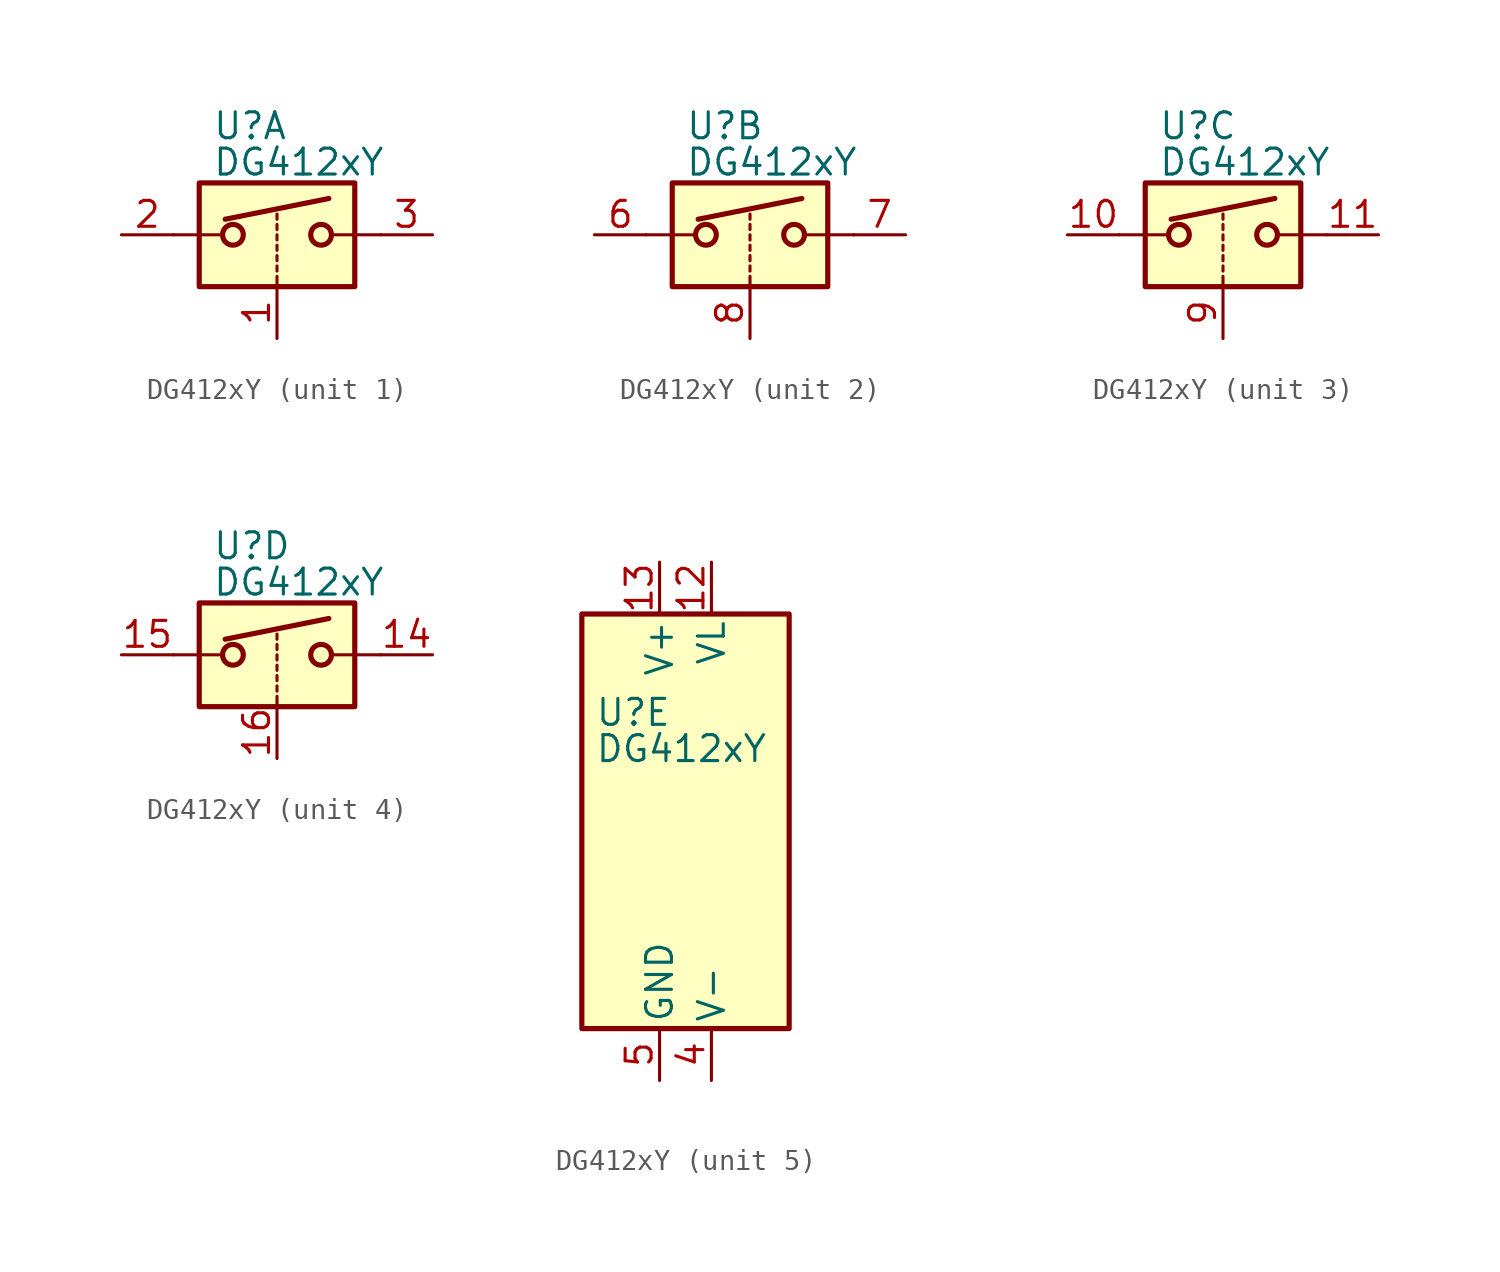
<source format=kicad_sym>
(kicad_symbol_lib
  (version 20211014)
  (generator kicad_symbol_editor)
  (symbol "DG412xY"
    (pin_names
      (offset 0.254))
    (property "Reference" "U"
      (at -3.175 5.334 0)
      (effects (font (size 1.27 1.27)) (justify left)))
    (property "Value" "DG412xY"
      (at -3.175 3.556 0)
      (effects (font (size 1.27 1.27)) (justify left)))
    (symbol "DG412xY_1_1"
      (rectangle (start -3.81 2.54) (end 3.81 -2.54) (stroke (width 0.254) (type default) (color 0 0 0 0)) (fill (type background)))
      (circle (center -2.159 0) (radius 0.508) (stroke (width 0.254) (type default) (color 0 0 0 0)) (fill (type none)))
      (polyline (pts (xy -5.08 0) (xy -2.794 0)) (stroke (width 0) (type default) (color 0 0 0 0)) (fill (type none)))
      (polyline (pts (xy -2.54 0.762) (xy 2.54 1.778)) (stroke (width 0.254) (type default) (color 0 0 0 0)) (fill (type none)))
      (polyline (pts (xy 0 -2.54) (xy 0 -2.032)) (stroke (width 0) (type default) (color 0 0 0 0)) (fill (type none)))
      (polyline (pts (xy 0 -1.778) (xy 0 -1.524)) (stroke (width 0) (type default) (color 0 0 0 0)) (fill (type none)))
      (polyline (pts (xy 0 -1.27) (xy 0 -1.016)) (stroke (width 0) (type default) (color 0 0 0 0)) (fill (type none)))
      (polyline (pts (xy 0 -0.762) (xy 0 -0.508)) (stroke (width 0) (type default) (color 0 0 0 0)) (fill (type none)))
      (polyline (pts (xy 0 -0.254) (xy 0 0)) (stroke (width 0) (type default) (color 0 0 0 0)) (fill (type none)))
      (polyline (pts (xy 0 0.254) (xy 0 0.508)) (stroke (width 0) (type default) (color 0 0 0 0)) (fill (type none)))
      (polyline (pts (xy 0 0.762) (xy 0 1.016)) (stroke (width 0) (type default) (color 0 0 0 0)) (fill (type none)))
      (polyline (pts (xy 5.08 0) (xy 2.794 0)) (stroke (width 0) (type default) (color 0 0 0 0)) (fill (type none)))
      (circle (center 2.159 0) (radius 0.508) (stroke (width 0.254) (type default) (color 0 0 0 0)) (fill (type none)))
      (pin input line (at 0 -5.08 90) (length 2.54) (name "~" (effects (font (size 1.27 1.27)))) (number "1" (effects (font (size 1.27 1.27)))))
      (pin passive line (at -7.62 0 0) (length 2.54) (name "~" (effects (font (size 1.27 1.27)))) (number "2" (effects (font (size 1.27 1.27)))))
      (pin passive line (at 7.62 0 180) (length 2.54) (name "~" (effects (font (size 1.27 1.27)))) (number "3" (effects (font (size 1.27 1.27))))))
    (symbol "DG412xY_2_1"
      (rectangle (start -3.81 2.54) (end 3.81 -2.54) (stroke (width 0.254) (type default) (color 0 0 0 0)) (fill (type background)))
      (circle (center -2.159 0) (radius 0.508) (stroke (width 0.254) (type default) (color 0 0 0 0)) (fill (type none)))
      (polyline (pts (xy -5.08 0) (xy -2.794 0)) (stroke (width 0) (type default) (color 0 0 0 0)) (fill (type none)))
      (polyline (pts (xy -2.54 0.762) (xy 2.54 1.778)) (stroke (width 0.254) (type default) (color 0 0 0 0)) (fill (type none)))
      (polyline (pts (xy 0 -2.54) (xy 0 -2.032)) (stroke (width 0) (type default) (color 0 0 0 0)) (fill (type none)))
      (polyline (pts (xy 0 -1.778) (xy 0 -1.524)) (stroke (width 0) (type default) (color 0 0 0 0)) (fill (type none)))
      (polyline (pts (xy 0 -1.27) (xy 0 -1.016)) (stroke (width 0) (type default) (color 0 0 0 0)) (fill (type none)))
      (polyline (pts (xy 0 -0.762) (xy 0 -0.508)) (stroke (width 0) (type default) (color 0 0 0 0)) (fill (type none)))
      (polyline (pts (xy 0 -0.254) (xy 0 0)) (stroke (width 0) (type default) (color 0 0 0 0)) (fill (type none)))
      (polyline (pts (xy 0 0.254) (xy 0 0.508)) (stroke (width 0) (type default) (color 0 0 0 0)) (fill (type none)))
      (polyline (pts (xy 0 0.762) (xy 0 1.016)) (stroke (width 0) (type default) (color 0 0 0 0)) (fill (type none)))
      (polyline (pts (xy 5.08 0) (xy 2.794 0)) (stroke (width 0) (type default) (color 0 0 0 0)) (fill (type none)))
      (circle (center 2.159 0) (radius 0.508) (stroke (width 0.254) (type default) (color 0 0 0 0)) (fill (type none)))
      (pin passive line (at -7.62 0 0) (length 2.54) (name "~" (effects (font (size 1.27 1.27)))) (number "6" (effects (font (size 1.27 1.27)))))
      (pin passive line (at 7.62 0 180) (length 2.54) (name "~" (effects (font (size 1.27 1.27)))) (number "7" (effects (font (size 1.27 1.27)))))
      (pin input line (at 0 -5.08 90) (length 2.54) (name "~" (effects (font (size 1.27 1.27)))) (number "8" (effects (font (size 1.27 1.27))))))
    (symbol "DG412xY_3_1"
      (rectangle (start -3.81 2.54) (end 3.81 -2.54) (stroke (width 0.254) (type default) (color 0 0 0 0)) (fill (type background)))
      (circle (center -2.159 0) (radius 0.508) (stroke (width 0.254) (type default) (color 0 0 0 0)) (fill (type none)))
      (polyline (pts (xy -5.08 0) (xy -2.794 0)) (stroke (width 0) (type default) (color 0 0 0 0)) (fill (type none)))
      (polyline (pts (xy -2.54 0.762) (xy 2.54 1.778)) (stroke (width 0.254) (type default) (color 0 0 0 0)) (fill (type none)))
      (polyline (pts (xy 0 -2.54) (xy 0 -2.032)) (stroke (width 0) (type default) (color 0 0 0 0)) (fill (type none)))
      (polyline (pts (xy 0 -1.778) (xy 0 -1.524)) (stroke (width 0) (type default) (color 0 0 0 0)) (fill (type none)))
      (polyline (pts (xy 0 -1.27) (xy 0 -1.016)) (stroke (width 0) (type default) (color 0 0 0 0)) (fill (type none)))
      (polyline (pts (xy 0 -0.762) (xy 0 -0.508)) (stroke (width 0) (type default) (color 0 0 0 0)) (fill (type none)))
      (polyline (pts (xy 0 -0.254) (xy 0 0)) (stroke (width 0) (type default) (color 0 0 0 0)) (fill (type none)))
      (polyline (pts (xy 0 0.254) (xy 0 0.508)) (stroke (width 0) (type default) (color 0 0 0 0)) (fill (type none)))
      (polyline (pts (xy 0 0.762) (xy 0 1.016)) (stroke (width 0) (type default) (color 0 0 0 0)) (fill (type none)))
      (polyline (pts (xy 5.08 0) (xy 2.794 0)) (stroke (width 0) (type default) (color 0 0 0 0)) (fill (type none)))
      (circle (center 2.159 0) (radius 0.508) (stroke (width 0.254) (type default) (color 0 0 0 0)) (fill (type none)))
      (pin passive line (at -7.62 0 0) (length 2.54) (name "~" (effects (font (size 1.27 1.27)))) (number "10" (effects (font (size 1.27 1.27)))))
      (pin passive line (at 7.62 0 180) (length 2.54) (name "~" (effects (font (size 1.27 1.27)))) (number "11" (effects (font (size 1.27 1.27)))))
      (pin input line (at 0 -5.08 90) (length 2.54) (name "~" (effects (font (size 1.27 1.27)))) (number "9" (effects (font (size 1.27 1.27))))))
    (symbol "DG412xY_4_1"
      (rectangle (start -3.81 2.54) (end 3.81 -2.54) (stroke (width 0.254) (type default) (color 0 0 0 0)) (fill (type background)))
      (circle (center -2.159 0) (radius 0.508) (stroke (width 0.254) (type default) (color 0 0 0 0)) (fill (type none)))
      (polyline (pts (xy -5.08 0) (xy -2.794 0)) (stroke (width 0) (type default) (color 0 0 0 0)) (fill (type none)))
      (polyline (pts (xy -2.54 0.762) (xy 2.54 1.778)) (stroke (width 0.254) (type default) (color 0 0 0 0)) (fill (type none)))
      (polyline (pts (xy 0 -2.54) (xy 0 -2.032)) (stroke (width 0) (type default) (color 0 0 0 0)) (fill (type none)))
      (polyline (pts (xy 0 -1.778) (xy 0 -1.524)) (stroke (width 0) (type default) (color 0 0 0 0)) (fill (type none)))
      (polyline (pts (xy 0 -1.27) (xy 0 -1.016)) (stroke (width 0) (type default) (color 0 0 0 0)) (fill (type none)))
      (polyline (pts (xy 0 -0.762) (xy 0 -0.508)) (stroke (width 0) (type default) (color 0 0 0 0)) (fill (type none)))
      (polyline (pts (xy 0 -0.254) (xy 0 0)) (stroke (width 0) (type default) (color 0 0 0 0)) (fill (type none)))
      (polyline (pts (xy 0 0.254) (xy 0 0.508)) (stroke (width 0) (type default) (color 0 0 0 0)) (fill (type none)))
      (polyline (pts (xy 0 0.762) (xy 0 1.016)) (stroke (width 0) (type default) (color 0 0 0 0)) (fill (type none)))
      (polyline (pts (xy 5.08 0) (xy 2.794 0)) (stroke (width 0) (type default) (color 0 0 0 0)) (fill (type none)))
      (circle (center 2.159 0) (radius 0.508) (stroke (width 0.254) (type default) (color 0 0 0 0)) (fill (type none)))
      (pin passive line (at 7.62 0 180) (length 2.54) (name "~" (effects (font (size 1.27 1.27)))) (number "14" (effects (font (size 1.27 1.27)))))
      (pin passive line (at -7.62 0 0) (length 2.54) (name "~" (effects (font (size 1.27 1.27)))) (number "15" (effects (font (size 1.27 1.27)))))
      (pin input line (at 0 -5.08 90) (length 2.54) (name "~" (effects (font (size 1.27 1.27)))) (number "16" (effects (font (size 1.27 1.27))))))
    (symbol "DG412xY_5_0"
      (pin power_in line (at 2.54 12.7 270) (length 2.54) (name "VL" (effects (font (size 1.27 1.27)))) (number "12" (effects (font (size 1.27 1.27)))))
      (pin power_in line (at 0 12.7 270) (length 2.54) (name "V+" (effects (font (size 1.27 1.27)))) (number "13" (effects (font (size 1.27 1.27)))))
      (pin power_in line (at 2.54 -12.7 90) (length 2.54) (name "V-" (effects (font (size 1.27 1.27)))) (number "4" (effects (font (size 1.27 1.27)))))
      (pin power_in line (at 0 -12.7 90) (length 2.54) (name "GND" (effects (font (size 1.27 1.27)))) (number "5" (effects (font (size 1.27 1.27))))))
    (symbol "DG412xY_5_1"
      (rectangle (start -3.81 10.16) (end 6.35 -10.16) (stroke (width 0.254) (type default) (color 0 0 0 0)) (fill (type background))))))
</source>
